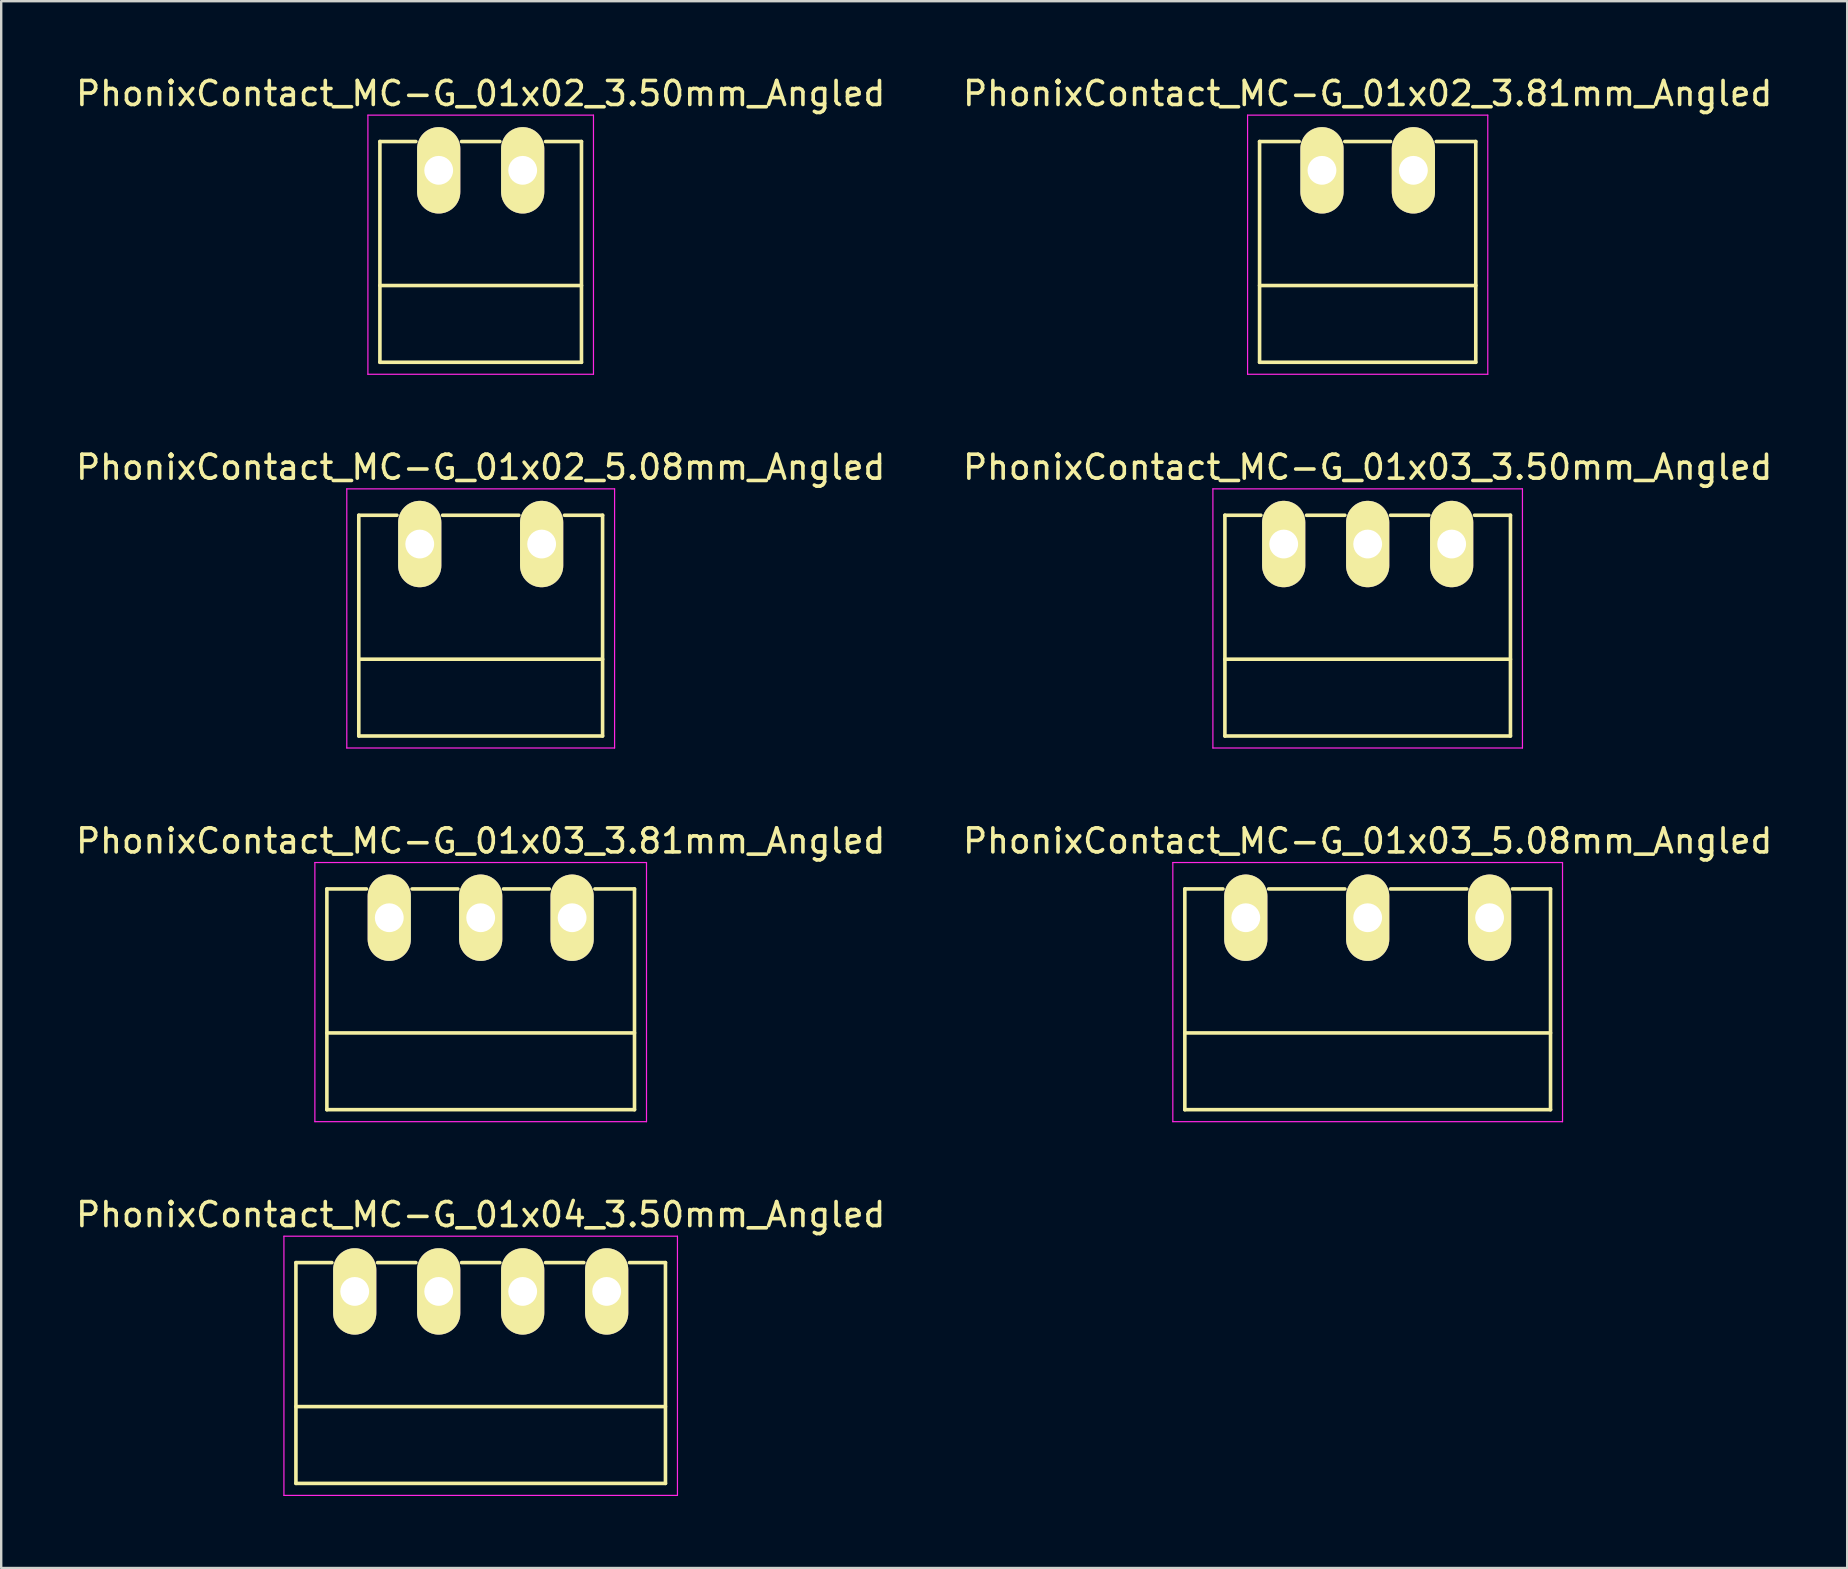
<source format=kicad_pcb>
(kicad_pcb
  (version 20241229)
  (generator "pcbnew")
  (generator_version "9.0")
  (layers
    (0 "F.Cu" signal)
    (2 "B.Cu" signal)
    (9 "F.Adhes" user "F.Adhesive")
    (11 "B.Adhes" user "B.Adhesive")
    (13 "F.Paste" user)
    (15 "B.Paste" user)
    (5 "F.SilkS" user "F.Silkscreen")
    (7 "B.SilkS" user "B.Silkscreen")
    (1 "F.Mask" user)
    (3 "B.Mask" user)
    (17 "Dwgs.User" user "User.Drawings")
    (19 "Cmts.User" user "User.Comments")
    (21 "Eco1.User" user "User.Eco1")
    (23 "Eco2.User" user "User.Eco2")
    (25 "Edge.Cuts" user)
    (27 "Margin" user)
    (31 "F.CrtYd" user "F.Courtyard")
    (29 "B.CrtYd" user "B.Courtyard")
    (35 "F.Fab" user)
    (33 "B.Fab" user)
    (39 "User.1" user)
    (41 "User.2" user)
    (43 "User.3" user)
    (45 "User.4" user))
  (footprint "PhonixContact_MC-G_01x02_3.81mm_Angled"
    (layer "F.Cu")
    (at 52.041 4.048)
    (property "Reference" "PhonixContact_MC-G_01x02_3.81mm_Angled" (at 1.905 -3.2 0) (layer "F.SilkS") (effects (font (size 1 1) (thickness 0.15))))
    (attr through_hole)
    (fp_line (start -2.6 -1.2) (end -2.6 8) (stroke (width 0.15) (type solid)) (layer "F.SilkS"))
    (fp_line (start -2.6 -1.2) (end -0.95 -1.2) (stroke (width 0.15) (type solid)) (layer "F.SilkS"))
    (fp_line (start -2.6 4.8) (end 6.41 4.8) (stroke (width 0.15) (type solid)) (layer "F.SilkS"))
    (fp_line (start -2.6 8) (end 6.41 8) (stroke (width 0.15) (type solid)) (layer "F.SilkS"))
    (fp_line (start 0.95 -1.2) (end 2.86 -1.2) (stroke (width 0.15) (type solid)) (layer "F.SilkS"))
    (fp_line (start 6.41 -1.2) (end 4.76 -1.2) (stroke (width 0.15) (type solid)) (layer "F.SilkS"))
    (fp_line (start 6.41 8) (end 6.41 -1.2) (stroke (width 0.15) (type solid)) (layer "F.SilkS"))
    (fp_line (start -3.1 -2.3) (end -3.1 8.5) (stroke (width 0.05) (type solid)) (layer "F.CrtYd"))
    (fp_line (start -3.1 8.5) (end 6.91 8.5) (stroke (width 0.05) (type solid)) (layer "F.CrtYd"))
    (fp_line (start 6.91 -2.3) (end -3.1 -2.3) (stroke (width 0.05) (type solid)) (layer "F.CrtYd"))
    (fp_line (start 6.91 8.5) (end 6.91 -2.3) (stroke (width 0.05) (type solid)) (layer "F.CrtYd"))
    (pad "1" thru_hole oval (at 0 0) (size 1.8 3.6) (drill 1.2) (layers "*.Cu" "*.Mask" "F.SilkS"))
    (pad "2" thru_hole oval (at 3.81 0) (size 1.8 3.6) (drill 1.2) (layers "*.Cu" "*.Mask" "F.SilkS")))
  (footprint "PhonixContact_MC-G_01x02_5.08mm_Angled"
    (layer "F.Cu")
    (at 14.442 19.622)
    (property "Reference" "PhonixContact_MC-G_01x02_5.08mm_Angled" (at 2.54 -3.2 0) (layer "F.SilkS") (effects (font (size 1 1) (thickness 0.15))))
    (attr through_hole)
    (fp_line (start -2.54 -1.2) (end -2.54 8) (stroke (width 0.15) (type solid)) (layer "F.SilkS"))
    (fp_line (start -2.54 -1.2) (end -0.95 -1.2) (stroke (width 0.15) (type solid)) (layer "F.SilkS"))
    (fp_line (start -2.54 4.8) (end 7.62 4.8) (stroke (width 0.15) (type solid)) (layer "F.SilkS"))
    (fp_line (start -2.54 8) (end 7.62 8) (stroke (width 0.15) (type solid)) (layer "F.SilkS"))
    (fp_line (start 0.95 -1.2) (end 4.13 -1.2) (stroke (width 0.15) (type solid)) (layer "F.SilkS"))
    (fp_line (start 7.62 -1.2) (end 6.03 -1.2) (stroke (width 0.15) (type solid)) (layer "F.SilkS"))
    (fp_line (start 7.62 8) (end 7.62 -1.2) (stroke (width 0.15) (type solid)) (layer "F.SilkS"))
    (fp_line (start -3.04 -2.3) (end -3.04 8.5) (stroke (width 0.05) (type solid)) (layer "F.CrtYd"))
    (fp_line (start -3.04 8.5) (end 8.12 8.5) (stroke (width 0.05) (type solid)) (layer "F.CrtYd"))
    (fp_line (start 8.12 -2.3) (end -3.04 -2.3) (stroke (width 0.05) (type solid)) (layer "F.CrtYd"))
    (fp_line (start 8.12 8.5) (end 8.12 -2.3) (stroke (width 0.05) (type solid)) (layer "F.CrtYd"))
    (pad "1" thru_hole oval (at 0 0) (size 1.8 3.6) (drill 1.2) (layers "*.Cu" "*.Mask" "F.SilkS"))
    (pad "2" thru_hole oval (at 5.08 0) (size 1.8 3.6) (drill 1.2) (layers "*.Cu" "*.Mask" "F.SilkS")))
  (footprint "PhonixContact_MC-G_01x03_3.81mm_Angled"
    (layer "F.Cu")
    (at 13.172 35.195)
    (property "Reference" "PhonixContact_MC-G_01x03_3.81mm_Angled" (at 3.81 -3.2 0) (layer "F.SilkS") (effects (font (size 1 1) (thickness 0.15))))
    (attr through_hole)
    (fp_line (start -2.6 -1.2) (end -2.6 8) (stroke (width 0.15) (type solid)) (layer "F.SilkS"))
    (fp_line (start -2.6 -1.2) (end -0.95 -1.2) (stroke (width 0.15) (type solid)) (layer "F.SilkS"))
    (fp_line (start -2.6 4.8) (end 10.22 4.8) (stroke (width 0.15) (type solid)) (layer "F.SilkS"))
    (fp_line (start -2.6 8) (end 10.22 8) (stroke (width 0.15) (type solid)) (layer "F.SilkS"))
    (fp_line (start 0.95 -1.2) (end 2.86 -1.2) (stroke (width 0.15) (type solid)) (layer "F.SilkS"))
    (fp_line (start 4.76 -1.2) (end 6.67 -1.2) (stroke (width 0.15) (type solid)) (layer "F.SilkS"))
    (fp_line (start 10.22 -1.2) (end 8.57 -1.2) (stroke (width 0.15) (type solid)) (layer "F.SilkS"))
    (fp_line (start 10.22 8) (end 10.22 -1.2) (stroke (width 0.15) (type solid)) (layer "F.SilkS"))
    (fp_line (start -3.1 -2.3) (end -3.1 8.5) (stroke (width 0.05) (type solid)) (layer "F.CrtYd"))
    (fp_line (start -3.1 8.5) (end 10.72 8.5) (stroke (width 0.05) (type solid)) (layer "F.CrtYd"))
    (fp_line (start 10.72 -2.3) (end -3.1 -2.3) (stroke (width 0.05) (type solid)) (layer "F.CrtYd"))
    (fp_line (start 10.72 8.5) (end 10.72 -2.3) (stroke (width 0.05) (type solid)) (layer "F.CrtYd"))
    (pad "1" thru_hole oval (at 0 0) (size 1.8 3.6) (drill 1.2) (layers "*.Cu" "*.Mask" "F.SilkS"))
    (pad "2" thru_hole oval (at 3.81 0) (size 1.8 3.6) (drill 1.2) (layers "*.Cu" "*.Mask" "F.SilkS"))
    (pad "3" thru_hole oval (at 7.62 0) (size 1.8 3.6) (drill 1.2) (layers "*.Cu" "*.Mask" "F.SilkS")))
  (footprint "PhonixContact_MC-G_01x02_3.50mm_Angled"
    (layer "F.Cu")
    (at 15.232 4.048)
    (property "Reference" "PhonixContact_MC-G_01x02_3.50mm_Angled" (at 1.75 -3.2 0) (layer "F.SilkS") (effects (font (size 1 1) (thickness 0.15))))
    (attr through_hole)
    (fp_line (start -2.45 -1.2) (end -2.45 8) (stroke (width 0.15) (type solid)) (layer "F.SilkS"))
    (fp_line (start -2.45 -1.2) (end -0.95 -1.2) (stroke (width 0.15) (type solid)) (layer "F.SilkS"))
    (fp_line (start -2.45 4.8) (end 5.95 4.8) (stroke (width 0.15) (type solid)) (layer "F.SilkS"))
    (fp_line (start -2.45 8) (end 5.95 8) (stroke (width 0.15) (type solid)) (layer "F.SilkS"))
    (fp_line (start 0.95 -1.2) (end 2.55 -1.2) (stroke (width 0.15) (type solid)) (layer "F.SilkS"))
    (fp_line (start 5.95 -1.2) (end 4.45 -1.2) (stroke (width 0.15) (type solid)) (layer "F.SilkS"))
    (fp_line (start 5.95 8) (end 5.95 -1.2) (stroke (width 0.15) (type solid)) (layer "F.SilkS"))
    (fp_line (start -2.95 -2.3) (end -2.95 8.5) (stroke (width 0.05) (type solid)) (layer "F.CrtYd"))
    (fp_line (start -2.95 8.5) (end 6.45 8.5) (stroke (width 0.05) (type solid)) (layer "F.CrtYd"))
    (fp_line (start 6.45 -2.3) (end -2.95 -2.3) (stroke (width 0.05) (type solid)) (layer "F.CrtYd"))
    (fp_line (start 6.45 8.5) (end 6.45 -2.3) (stroke (width 0.05) (type solid)) (layer "F.CrtYd"))
    (pad "1" thru_hole oval (at 0 0) (size 1.8 3.6) (drill 1.2) (layers "*.Cu" "*.Mask" "F.SilkS"))
    (pad "2" thru_hole oval (at 3.5 0) (size 1.8 3.6) (drill 1.2) (layers "*.Cu" "*.Mask" "F.SilkS")))
  (footprint "PhonixContact_MC-G_01x03_3.50mm_Angled"
    (layer "F.Cu")
    (at 50.446 19.622)
    (property "Reference" "PhonixContact_MC-G_01x03_3.50mm_Angled" (at 3.5 -3.2 0) (layer "F.SilkS") (effects (font (size 1 1) (thickness 0.15))))
    (attr through_hole)
    (fp_line (start -2.45 -1.2) (end -2.45 8) (stroke (width 0.15) (type solid)) (layer "F.SilkS"))
    (fp_line (start -2.45 -1.2) (end -0.95 -1.2) (stroke (width 0.15) (type solid)) (layer "F.SilkS"))
    (fp_line (start -2.45 4.8) (end 9.45 4.8) (stroke (width 0.15) (type solid)) (layer "F.SilkS"))
    (fp_line (start -2.45 8) (end 9.45 8) (stroke (width 0.15) (type solid)) (layer "F.SilkS"))
    (fp_line (start 0.95 -1.2) (end 2.55 -1.2) (stroke (width 0.15) (type solid)) (layer "F.SilkS"))
    (fp_line (start 4.45 -1.2) (end 6.05 -1.2) (stroke (width 0.15) (type solid)) (layer "F.SilkS"))
    (fp_line (start 9.45 -1.2) (end 7.95 -1.2) (stroke (width 0.15) (type solid)) (layer "F.SilkS"))
    (fp_line (start 9.45 8) (end 9.45 -1.2) (stroke (width 0.15) (type solid)) (layer "F.SilkS"))
    (fp_line (start -2.95 -2.3) (end -2.95 8.5) (stroke (width 0.05) (type solid)) (layer "F.CrtYd"))
    (fp_line (start -2.95 8.5) (end 9.95 8.5) (stroke (width 0.05) (type solid)) (layer "F.CrtYd"))
    (fp_line (start 9.95 -2.3) (end -2.95 -2.3) (stroke (width 0.05) (type solid)) (layer "F.CrtYd"))
    (fp_line (start 9.95 8.5) (end 9.95 -2.3) (stroke (width 0.05) (type solid)) (layer "F.CrtYd"))
    (pad "1" thru_hole oval (at 0 0) (size 1.8 3.6) (drill 1.2) (layers "*.Cu" "*.Mask" "F.SilkS"))
    (pad "2" thru_hole oval (at 3.5 0) (size 1.8 3.6) (drill 1.2) (layers "*.Cu" "*.Mask" "F.SilkS"))
    (pad "3" thru_hole oval (at 7 0) (size 1.8 3.6) (drill 1.2) (layers "*.Cu" "*.Mask" "F.SilkS")))
  (footprint "PhonixContact_MC-G_01x04_3.50mm_Angled"
    (layer "F.Cu")
    (at 11.732 50.768)
    (property "Reference" "PhonixContact_MC-G_01x04_3.50mm_Angled" (at 5.25 -3.2 0) (layer "F.SilkS") (effects (font (size 1 1) (thickness 0.15))))
    (attr through_hole)
    (fp_line (start -2.45 -1.2) (end -2.45 8) (stroke (width 0.15) (type solid)) (layer "F.SilkS"))
    (fp_line (start -2.45 -1.2) (end -0.95 -1.2) (stroke (width 0.15) (type solid)) (layer "F.SilkS"))
    (fp_line (start -2.45 4.8) (end 12.95 4.8) (stroke (width 0.15) (type solid)) (layer "F.SilkS"))
    (fp_line (start -2.45 8) (end 12.95 8) (stroke (width 0.15) (type solid)) (layer "F.SilkS"))
    (fp_line (start 0.95 -1.2) (end 2.55 -1.2) (stroke (width 0.15) (type solid)) (layer "F.SilkS"))
    (fp_line (start 4.45 -1.2) (end 6.05 -1.2) (stroke (width 0.15) (type solid)) (layer "F.SilkS"))
    (fp_line (start 7.95 -1.2) (end 9.55 -1.2) (stroke (width 0.15) (type solid)) (layer "F.SilkS"))
    (fp_line (start 12.95 -1.2) (end 11.45 -1.2) (stroke (width 0.15) (type solid)) (layer "F.SilkS"))
    (fp_line (start 12.95 8) (end 12.95 -1.2) (stroke (width 0.15) (type solid)) (layer "F.SilkS"))
    (fp_line (start -2.95 -2.3) (end -2.95 8.5) (stroke (width 0.05) (type solid)) (layer "F.CrtYd"))
    (fp_line (start -2.95 8.5) (end 13.45 8.5) (stroke (width 0.05) (type solid)) (layer "F.CrtYd"))
    (fp_line (start 13.45 -2.3) (end -2.95 -2.3) (stroke (width 0.05) (type solid)) (layer "F.CrtYd"))
    (fp_line (start 13.45 8.5) (end 13.45 -2.3) (stroke (width 0.05) (type solid)) (layer "F.CrtYd"))
    (pad "1" thru_hole oval (at 0 0) (size 1.8 3.6) (drill 1.2) (layers "*.Cu" "*.Mask" "F.SilkS"))
    (pad "2" thru_hole oval (at 3.5 0) (size 1.8 3.6) (drill 1.2) (layers "*.Cu" "*.Mask" "F.SilkS"))
    (pad "3" thru_hole oval (at 7 0) (size 1.8 3.6) (drill 1.2) (layers "*.Cu" "*.Mask" "F.SilkS"))
    (pad "4" thru_hole oval (at 10.5 0) (size 1.8 3.6) (drill 1.2) (layers "*.Cu" "*.Mask" "F.SilkS")))
  (footprint "PhonixContact_MC-G_01x03_5.08mm_Angled"
    (layer "F.Cu")
    (at 48.866 35.195)
    (property "Reference" "PhonixContact_MC-G_01x03_5.08mm_Angled" (at 5.08 -3.2 0) (layer "F.SilkS") (effects (font (size 1 1) (thickness 0.15))))
    (attr through_hole)
    (fp_line (start -2.54 -1.2) (end -2.54 8) (stroke (width 0.15) (type solid)) (layer "F.SilkS"))
    (fp_line (start -2.54 -1.2) (end -0.95 -1.2) (stroke (width 0.15) (type solid)) (layer "F.SilkS"))
    (fp_line (start -2.54 4.8) (end 12.7 4.8) (stroke (width 0.15) (type solid)) (layer "F.SilkS"))
    (fp_line (start -2.54 8) (end 12.7 8) (stroke (width 0.15) (type solid)) (layer "F.SilkS"))
    (fp_line (start 0.95 -1.2) (end 4.13 -1.2) (stroke (width 0.15) (type solid)) (layer "F.SilkS"))
    (fp_line (start 6.03 -1.2) (end 9.21 -1.2) (stroke (width 0.15) (type solid)) (layer "F.SilkS"))
    (fp_line (start 12.7 -1.2) (end 11.11 -1.2) (stroke (width 0.15) (type solid)) (layer "F.SilkS"))
    (fp_line (start 12.7 8) (end 12.7 -1.2) (stroke (width 0.15) (type solid)) (layer "F.SilkS"))
    (fp_line (start -3.04 -2.3) (end -3.04 8.5) (stroke (width 0.05) (type solid)) (layer "F.CrtYd"))
    (fp_line (start -3.04 8.5) (end 13.2 8.5) (stroke (width 0.05) (type solid)) (layer "F.CrtYd"))
    (fp_line (start 13.2 -2.3) (end -3.04 -2.3) (stroke (width 0.05) (type solid)) (layer "F.CrtYd"))
    (fp_line (start 13.2 8.5) (end 13.2 -2.3) (stroke (width 0.05) (type solid)) (layer "F.CrtYd"))
    (pad "1" thru_hole oval (at 0 0) (size 1.8 3.6) (drill 1.2) (layers "*.Cu" "*.Mask" "F.SilkS"))
    (pad "2" thru_hole oval (at 5.08 0) (size 1.8 3.6) (drill 1.2) (layers "*.Cu" "*.Mask" "F.SilkS"))
    (pad "3" thru_hole oval (at 10.16 0) (size 1.8 3.6) (drill 1.2) (layers "*.Cu" "*.Mask" "F.SilkS")))
  (gr_rect
    (start -3 -3)
    (end 73.929 62.293)
    (stroke (width 0.1) (type default))
    (fill no)
    (layer "Edge.Cuts")))
</source>
